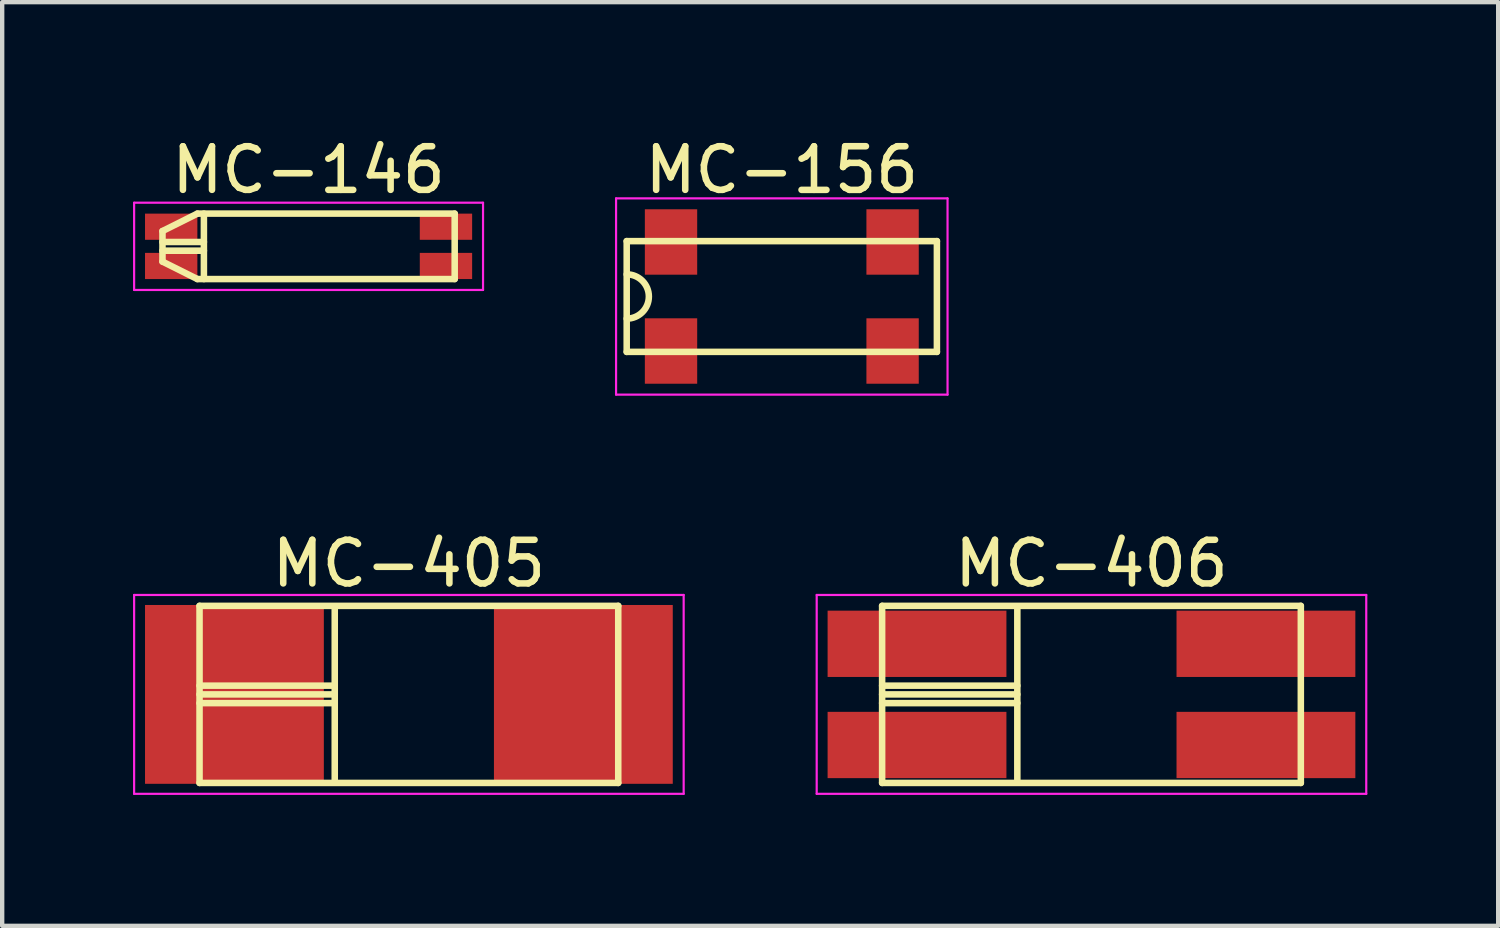
<source format=kicad_pcb>
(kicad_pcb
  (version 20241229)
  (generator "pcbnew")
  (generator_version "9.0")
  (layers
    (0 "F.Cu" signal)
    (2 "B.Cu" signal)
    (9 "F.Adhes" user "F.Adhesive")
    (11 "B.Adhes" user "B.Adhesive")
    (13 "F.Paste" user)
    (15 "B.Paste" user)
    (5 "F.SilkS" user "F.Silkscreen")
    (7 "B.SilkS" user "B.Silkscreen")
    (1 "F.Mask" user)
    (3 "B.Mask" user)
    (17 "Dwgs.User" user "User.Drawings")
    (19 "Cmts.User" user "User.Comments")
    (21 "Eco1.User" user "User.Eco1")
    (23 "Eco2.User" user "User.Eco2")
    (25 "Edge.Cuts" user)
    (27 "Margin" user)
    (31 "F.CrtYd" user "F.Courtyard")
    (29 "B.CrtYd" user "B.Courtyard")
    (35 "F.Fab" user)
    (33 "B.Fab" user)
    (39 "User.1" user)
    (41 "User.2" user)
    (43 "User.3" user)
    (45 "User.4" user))
  (footprint "MC-406"
    (layer "F.Cu")
    (at 21.975 12.871)
    (property "Reference" "MC-406" (at 0 -3 0) (layer "F.SilkS") (effects (font (size 1 1) (thickness 0.15))))
    (attr through_hole)
    (fp_line (start -4.8 -0.2) (end -1.7 -0.2) (stroke (width 0.15) (type solid)) (layer "F.SilkS"))
    (fp_line (start -4.8 0) (end -1.7 0) (stroke (width 0.15) (type solid)) (layer "F.SilkS"))
    (fp_line (start -4.8 0.2) (end -1.7 0.2) (stroke (width 0.15) (type solid)) (layer "F.SilkS"))
    (fp_line (start -4.8 2.03) (end -4.8 -2.03) (stroke (width 0.15) (type solid)) (layer "F.SilkS"))
    (fp_line (start -4.8 2.03) (end 4.8 2.03) (stroke (width 0.15) (type solid)) (layer "F.SilkS"))
    (fp_line (start -1.7 2) (end -1.7 -2) (stroke (width 0.15) (type solid)) (layer "F.SilkS"))
    (fp_line (start 4.8 -2.03) (end -4.8 -2.03) (stroke (width 0.15) (type solid)) (layer "F.SilkS"))
    (fp_line (start 4.8 -2.03) (end 4.8 2.03) (stroke (width 0.15) (type solid)) (layer "F.SilkS"))
    (fp_line (start -6.3 -2.28) (end 6.3 -2.28) (stroke (width 0.05) (type solid)) (layer "F.CrtYd"))
    (fp_line (start -6.3 2.28) (end -6.3 -2.28) (stroke (width 0.05) (type solid)) (layer "F.CrtYd"))
    (fp_line (start 6.3 -2.28) (end 6.3 2.28) (stroke (width 0.05) (type solid)) (layer "F.CrtYd"))
    (fp_line (start 6.3 2.28) (end -6.3 2.28) (stroke (width 0.05) (type solid)) (layer "F.CrtYd"))
    (pad "1" smd rect (at -4 1.16) (size 4.1 1.52) (layers "F.Cu" "F.Mask" "F.Paste"))
    (pad "2" smd rect (at 4 1.16) (size 4.1 1.52) (layers "F.Cu" "F.Mask" "F.Paste"))
    (pad "3" smd rect (at 4 -1.16) (size 4.1 1.52) (layers "F.Cu" "F.Mask" "F.Paste"))
    (pad "4" smd rect (at -4 -1.16) (size 4.1 1.52) (layers "F.Cu" "F.Mask" "F.Paste")))
  (footprint "MC-146"
    (layer "F.Cu")
    (at 4.025 2.598)
    (property "Reference" "MC-146" (at 0 -1.75 180) (layer "F.SilkS") (effects (font (size 1 1) (thickness 0.15))))
    (attr smd)
    (fp_line (start -3.35 -0.35) (end -2.55 -0.75) (stroke (width 0.15) (type solid)) (layer "F.SilkS"))
    (fp_line (start -3.35 -0.1) (end -2.4 -0.1) (stroke (width 0.15) (type solid)) (layer "F.SilkS"))
    (fp_line (start -3.35 0.1) (end -2.4 0.1) (stroke (width 0.15) (type solid)) (layer "F.SilkS"))
    (fp_line (start -3.35 0.35) (end -3.35 -0.35) (stroke (width 0.15) (type solid)) (layer "F.SilkS"))
    (fp_line (start -3.35 0.35) (end -2.55 0.75) (stroke (width 0.15) (type solid)) (layer "F.SilkS"))
    (fp_line (start -2.55 0.75) (end 3.35 0.75) (stroke (width 0.15) (type solid)) (layer "F.SilkS"))
    (fp_line (start -2.4 -0.75) (end -2.4 0.75) (stroke (width 0.15) (type solid)) (layer "F.SilkS"))
    (fp_line (start 3.35 -0.75) (end -2.55 -0.75) (stroke (width 0.15) (type solid)) (layer "F.SilkS"))
    (fp_line (start 3.35 -0.75) (end 3.35 0.75) (stroke (width 0.15) (type solid)) (layer "F.SilkS"))
    (fp_line (start -4 -1) (end -4 1) (stroke (width 0.05) (type solid)) (layer "F.CrtYd"))
    (fp_line (start -4 1) (end 4 1) (stroke (width 0.05) (type solid)) (layer "F.CrtYd"))
    (fp_line (start 4 -1) (end -4 -1) (stroke (width 0.05) (type solid)) (layer "F.CrtYd"))
    (fp_line (start 4 1) (end 4 -1) (stroke (width 0.05) (type solid)) (layer "F.CrtYd"))
    (pad "1" smd rect (at -3.15 0.45) (size 1.2 0.6) (layers "F.Cu" "F.Mask" "F.Paste"))
    (pad "2" smd rect (at 3.15 0.45) (size 1.2 0.6) (layers "F.Cu" "F.Mask" "F.Paste"))
    (pad "3" smd rect (at 3.15 -0.45) (size 1.2 0.6) (layers "F.Cu" "F.Mask" "F.Paste"))
    (pad "4" smd rect (at -3.15 -0.45) (size 1.2 0.6) (layers "F.Cu" "F.Mask" "F.Paste")))
  (footprint "MC-405"
    (layer "F.Cu")
    (at 6.325 12.871)
    (property "Reference" "MC-405" (at 0 -3 0) (layer "F.SilkS") (effects (font (size 1 1) (thickness 0.15))))
    (attr smd)
    (fp_line (start -4.8 -0.2) (end -1.7 -0.2) (stroke (width 0.15) (type solid)) (layer "F.SilkS"))
    (fp_line (start -4.8 0) (end -1.7 0) (stroke (width 0.15) (type solid)) (layer "F.SilkS"))
    (fp_line (start -4.8 0.2) (end -1.7 0.2) (stroke (width 0.15) (type solid)) (layer "F.SilkS"))
    (fp_line (start -4.8 2.03) (end -4.8 -2.03) (stroke (width 0.15) (type solid)) (layer "F.SilkS"))
    (fp_line (start -4.8 2.03) (end 4.8 2.03) (stroke (width 0.15) (type solid)) (layer "F.SilkS"))
    (fp_line (start -1.7 2) (end -1.7 -2) (stroke (width 0.15) (type solid)) (layer "F.SilkS"))
    (fp_line (start 4.8 -2.03) (end -4.8 -2.03) (stroke (width 0.15) (type solid)) (layer "F.SilkS"))
    (fp_line (start 4.8 -2.03) (end 4.8 2.03) (stroke (width 0.15) (type solid)) (layer "F.SilkS"))
    (fp_line (start -6.3 -2.28) (end 6.3 -2.28) (stroke (width 0.05) (type solid)) (layer "F.CrtYd"))
    (fp_line (start -6.3 2.28) (end -6.3 -2.28) (stroke (width 0.05) (type solid)) (layer "F.CrtYd"))
    (fp_line (start 6.3 -2.28) (end 6.3 2.28) (stroke (width 0.05) (type solid)) (layer "F.CrtYd"))
    (fp_line (start 6.3 2.28) (end -6.3 2.28) (stroke (width 0.05) (type solid)) (layer "F.CrtYd"))
    (pad "1" smd rect (at -4 0) (size 4.1 4.1) (layers "F.Cu" "F.Mask" "F.Paste"))
    (pad "2" smd rect (at 4 0) (size 4.1 4.1) (layers "F.Cu" "F.Mask" "F.Paste")))
  (footprint "MC-156"
    (layer "F.Cu")
    (at 14.875 3.748)
    (property "Reference" "MC-156" (at 0 -2.9 180) (layer "F.SilkS") (effects (font (size 1 1) (thickness 0.15))))
    (attr through_hole)
    (fp_line (start -3.556 1.27) (end -3.556 -1.27) (stroke (width 0.15) (type solid)) (layer "F.SilkS"))
    (fp_line (start -3.556 1.27) (end 3.556 1.27) (stroke (width 0.15) (type solid)) (layer "F.SilkS"))
    (fp_line (start 3.556 -1.27) (end -3.556 -1.27) (stroke (width 0.15) (type solid)) (layer "F.SilkS"))
    (fp_line (start 3.556 -1.27) (end 3.556 1.27) (stroke (width 0.15) (type solid)) (layer "F.SilkS"))
    (fp_arc (start -3.556 -0.508) (mid -3.048 0) (end -3.556 0.508) (stroke (width 0.15) (type solid)) (layer "F.SilkS"))
    (fp_line (start -3.8 -2.25) (end 3.8 -2.25) (stroke (width 0.05) (type solid)) (layer "F.CrtYd"))
    (fp_line (start -3.8 2.25) (end -3.8 -2.25) (stroke (width 0.05) (type solid)) (layer "F.CrtYd"))
    (fp_line (start 3.8 -2.25) (end 3.8 2.25) (stroke (width 0.05) (type solid)) (layer "F.CrtYd"))
    (fp_line (start 3.8 2.25) (end -3.8 2.25) (stroke (width 0.05) (type solid)) (layer "F.CrtYd"))
    (pad "1" smd rect (at -2.54 1.25) (size 1.2 1.5) (layers "F.Cu" "F.Mask" "F.Paste"))
    (pad "2" smd rect (at 2.54 1.25) (size 1.2 1.5) (layers "F.Cu" "F.Mask" "F.Paste"))
    (pad "3" smd rect (at 2.54 -1.25) (size 1.2 1.5) (layers "F.Cu" "F.Mask" "F.Paste"))
    (pad "4" smd rect (at -2.54 -1.25) (size 1.2 1.5) (layers "F.Cu" "F.Mask" "F.Paste")))
  (gr_rect
    (start -3 -3)
    (end 31.3 18.177)
    (stroke (width 0.1) (type default))
    (fill no)
    (layer "Edge.Cuts")))
</source>
